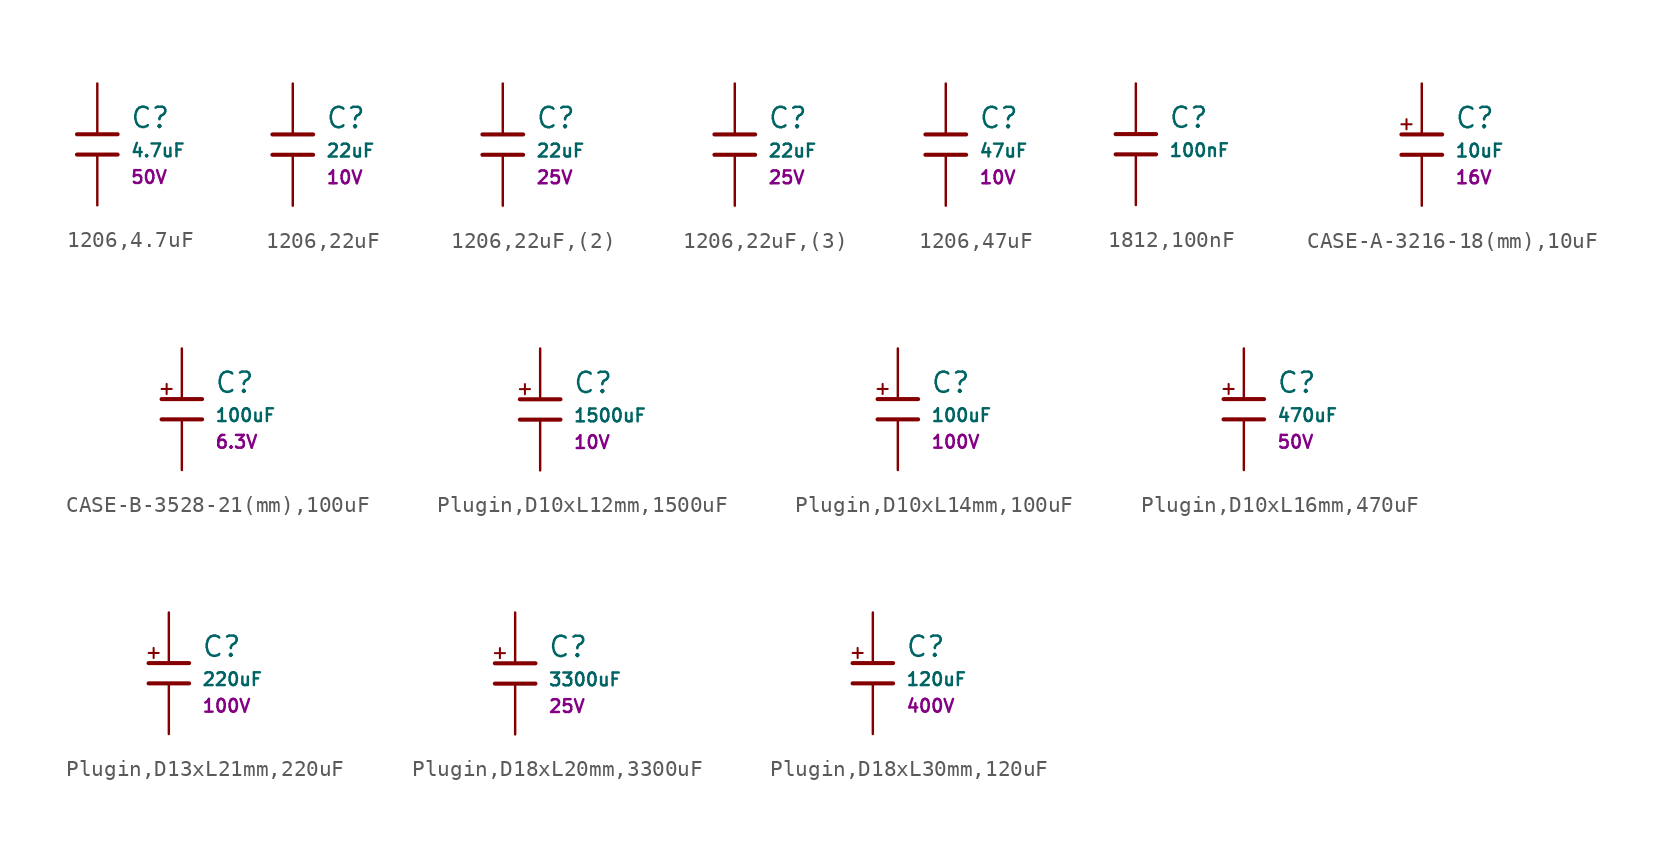
<source format=kicad_sym>
(kicad_symbol_lib
  (version 20231120)
  (generator "CDFER")
  (generator_version "8.0")
  (symbol "1206,4.7uF"
    (pin_numbers hide)
    (pin_names
      (offset 0))
    (property "Reference" "C"
      (at 2.032 1.668 0)
      (effects (font (size 1.27 1.27)) (justify left)))
    (property "Value" "4.7uF"
      (at 2.032 -0.378 0)
      (effects (font (size 0.8 0.8)) (justify left)))
    (property "Voltage Rated" "50V"
      (at 2.032 -2.046 0)
      (effects (font (size 0.8 0.8)) (justify left)))
    (symbol "1206,4.7uF_0_1"
      (polyline (pts (xy -1.27 0.635) (xy 1.27 0.635)) (stroke (width 0.254) (type default)) (fill (type none))))
    (symbol "1206,4.7uF_0_1"
      (polyline (pts (xy -1.27 -0.635) (xy 1.27 -0.635)) (stroke (width 0.254) (type default)) (fill (type none))))
    (symbol "1206,4.7uF_1_1"
      (pin passive line (at 0 3.81 270) (length 3.175) (name "~" (effects (font (size 1.27 1.27)))) (number "1" (effects (font (size 1.27 1.27)))))
      (pin passive line (at 0 -3.81 90) (length 3.175) (name "~" (effects (font (size 1.27 1.27)))) (number "2" (effects (font (size 1.27 1.27)))))))
  (symbol "1206,22uF"
    (pin_numbers hide)
    (pin_names
      (offset 0))
    (property "Reference" "C"
      (at 2.032 1.668 0)
      (effects (font (size 1.27 1.27)) (justify left)))
    (property "Value" "22uF"
      (at 2.032 -0.378 0)
      (effects (font (size 0.8 0.8)) (justify left)))
    (property "Voltage Rated" "10V"
      (at 2.032 -2.046 0)
      (effects (font (size 0.8 0.8)) (justify left)))
    (symbol "1206,22uF_0_1"
      (polyline (pts (xy -1.27 0.635) (xy 1.27 0.635)) (stroke (width 0.254) (type default)) (fill (type none))))
    (symbol "1206,22uF_0_1"
      (polyline (pts (xy -1.27 -0.635) (xy 1.27 -0.635)) (stroke (width 0.254) (type default)) (fill (type none))))
    (symbol "1206,22uF_1_1"
      (pin passive line (at 0 3.81 270) (length 3.175) (name "~" (effects (font (size 1.27 1.27)))) (number "1" (effects (font (size 1.27 1.27)))))
      (pin passive line (at 0 -3.81 90) (length 3.175) (name "~" (effects (font (size 1.27 1.27)))) (number "2" (effects (font (size 1.27 1.27)))))))
  (symbol "1206,22uF,(2)"
    (pin_numbers hide)
    (pin_names
      (offset 0))
    (property "Reference" "C"
      (at 2.032 1.668 0)
      (effects (font (size 1.27 1.27)) (justify left)))
    (property "Value" "22uF"
      (at 2.032 -0.378 0)
      (effects (font (size 0.8 0.8)) (justify left)))
    (property "Voltage Rated" "25V"
      (at 2.032 -2.046 0)
      (effects (font (size 0.8 0.8)) (justify left)))
    (symbol "1206,22uF,(2)_0_1"
      (polyline (pts (xy -1.27 0.635) (xy 1.27 0.635)) (stroke (width 0.254) (type default)) (fill (type none))))
    (symbol "1206,22uF,(2)_0_1"
      (polyline (pts (xy -1.27 -0.635) (xy 1.27 -0.635)) (stroke (width 0.254) (type default)) (fill (type none))))
    (symbol "1206,22uF,(2)_1_1"
      (pin passive line (at 0 3.81 270) (length 3.175) (name "~" (effects (font (size 1.27 1.27)))) (number "1" (effects (font (size 1.27 1.27)))))
      (pin passive line (at 0 -3.81 90) (length 3.175) (name "~" (effects (font (size 1.27 1.27)))) (number "2" (effects (font (size 1.27 1.27)))))))
  (symbol "1206,22uF,(3)"
    (pin_numbers hide)
    (pin_names
      (offset 0))
    (property "Reference" "C"
      (at 2.032 1.668 0)
      (effects (font (size 1.27 1.27)) (justify left)))
    (property "Value" "22uF"
      (at 2.032 -0.378 0)
      (effects (font (size 0.8 0.8)) (justify left)))
    (property "Voltage Rated" "25V"
      (at 2.032 -2.046 0)
      (effects (font (size 0.8 0.8)) (justify left)))
    (symbol "1206,22uF,(3)_0_1"
      (polyline (pts (xy -1.27 0.635) (xy 1.27 0.635)) (stroke (width 0.254) (type default)) (fill (type none))))
    (symbol "1206,22uF,(3)_0_1"
      (polyline (pts (xy -1.27 -0.635) (xy 1.27 -0.635)) (stroke (width 0.254) (type default)) (fill (type none))))
    (symbol "1206,22uF,(3)_1_1"
      (pin passive line (at 0 3.81 270) (length 3.175) (name "~" (effects (font (size 1.27 1.27)))) (number "1" (effects (font (size 1.27 1.27)))))
      (pin passive line (at 0 -3.81 90) (length 3.175) (name "~" (effects (font (size 1.27 1.27)))) (number "2" (effects (font (size 1.27 1.27)))))))
  (symbol "1206,47uF"
    (pin_numbers hide)
    (pin_names
      (offset 0))
    (property "Reference" "C"
      (at 2.032 1.668 0)
      (effects (font (size 1.27 1.27)) (justify left)))
    (property "Value" "47uF"
      (at 2.032 -0.378 0)
      (effects (font (size 0.8 0.8)) (justify left)))
    (property "Voltage Rated" "10V"
      (at 2.032 -2.046 0)
      (effects (font (size 0.8 0.8)) (justify left)))
    (symbol "1206,47uF_0_1"
      (polyline (pts (xy -1.27 0.635) (xy 1.27 0.635)) (stroke (width 0.254) (type default)) (fill (type none))))
    (symbol "1206,47uF_0_1"
      (polyline (pts (xy -1.27 -0.635) (xy 1.27 -0.635)) (stroke (width 0.254) (type default)) (fill (type none))))
    (symbol "1206,47uF_1_1"
      (pin passive line (at 0 3.81 270) (length 3.175) (name "~" (effects (font (size 1.27 1.27)))) (number "1" (effects (font (size 1.27 1.27)))))
      (pin passive line (at 0 -3.81 90) (length 3.175) (name "~" (effects (font (size 1.27 1.27)))) (number "2" (effects (font (size 1.27 1.27)))))))
  (symbol "1812,100nF"
    (pin_numbers hide)
    (pin_names
      (offset 0))
    (property "Reference" "C"
      (at 2.032 1.668 0)
      (effects (font (size 1.27 1.27)) (justify left)))
    (property "Value" "100nF"
      (at 2.032 -0.378 0)
      (effects (font (size 0.8 0.8)) (justify left)))
    (symbol "1812,100nF_0_1"
      (polyline (pts (xy -1.27 0.635) (xy 1.27 0.635)) (stroke (width 0.254) (type default)) (fill (type none))))
    (symbol "1812,100nF_0_1"
      (polyline (pts (xy -1.27 -0.635) (xy 1.27 -0.635)) (stroke (width 0.254) (type default)) (fill (type none))))
    (symbol "1812,100nF_1_1"
      (pin passive line (at 0 3.81 270) (length 3.175) (name "~" (effects (font (size 1.27 1.27)))) (number "1" (effects (font (size 1.27 1.27)))))
      (pin passive line (at 0 -3.81 90) (length 3.175) (name "~" (effects (font (size 1.27 1.27)))) (number "2" (effects (font (size 1.27 1.27)))))))
  (symbol "CASE-A-3216-18(mm),10uF"
    (pin_numbers hide)
    (pin_names
      (offset 0))
    (property "Reference" "C"
      (at 2.032 1.668 0)
      (effects (font (size 1.27 1.27)) (justify left)))
    (property "Value" "10uF"
      (at 2.032 -0.378 0)
      (effects (font (size 0.8 0.8)) (justify left)))
    (property "Rated Voltage" "16V"
      (at 2.032 -2.046 0)
      (effects (font (size 0.8 0.8)) (justify left)))
    (symbol "CASE-A-3216-18(mm),10uF_0_1"
      (polyline (pts (xy -1.27 0.635) (xy 1.27 0.635)) (stroke (width 0.254) (type default)) (fill (type none))))
    (symbol "CASE-A-3216-18(mm),10uF_0_1"
      (polyline (pts (xy -1.27 -0.635) (xy 1.27 -0.635)) (stroke (width 0.254) (type default)) (fill (type none))))
    (symbol "CASE-A-3216-18(mm),10uF_0_1"
      (polyline (pts (xy -1.27 1.27) (xy -0.635 1.27)) (stroke (width 0.127) (type default)) (fill (type none))))
    (symbol "CASE-A-3216-18(mm),10uF_0_1"
      (polyline (pts (xy -0.953 1.587) (xy -0.953 0.953)) (stroke (width 0.127) (type default)) (fill (type none))))
    (symbol "CASE-A-3216-18(mm),10uF_1_1"
      (pin passive line (at 0 3.81 270) (length 3.175) (name "~" (effects (font (size 1.27 1.27)))) (number "1" (effects (font (size 1.27 1.27)))))
      (pin passive line (at 0 -3.81 90) (length 3.175) (name "~" (effects (font (size 1.27 1.27)))) (number "2" (effects (font (size 1.27 1.27)))))))
  (symbol "CASE-B-3528-21(mm),100uF"
    (pin_numbers hide)
    (pin_names
      (offset 0))
    (property "Reference" "C"
      (at 2.032 1.668 0)
      (effects (font (size 1.27 1.27)) (justify left)))
    (property "Value" "100uF"
      (at 2.032 -0.378 0)
      (effects (font (size 0.8 0.8)) (justify left)))
    (property "Rated Voltage" "6.3V"
      (at 2.032 -2.046 0)
      (effects (font (size 0.8 0.8)) (justify left)))
    (symbol "CASE-B-3528-21(mm),100uF_0_1"
      (polyline (pts (xy -1.27 0.635) (xy 1.27 0.635)) (stroke (width 0.254) (type default)) (fill (type none))))
    (symbol "CASE-B-3528-21(mm),100uF_0_1"
      (polyline (pts (xy -1.27 -0.635) (xy 1.27 -0.635)) (stroke (width 0.254) (type default)) (fill (type none))))
    (symbol "CASE-B-3528-21(mm),100uF_0_1"
      (polyline (pts (xy -1.27 1.27) (xy -0.635 1.27)) (stroke (width 0.127) (type default)) (fill (type none))))
    (symbol "CASE-B-3528-21(mm),100uF_0_1"
      (polyline (pts (xy -0.953 1.587) (xy -0.953 0.953)) (stroke (width 0.127) (type default)) (fill (type none))))
    (symbol "CASE-B-3528-21(mm),100uF_1_1"
      (pin passive line (at 0 3.81 270) (length 3.175) (name "~" (effects (font (size 1.27 1.27)))) (number "1" (effects (font (size 1.27 1.27)))))
      (pin passive line (at 0 -3.81 90) (length 3.175) (name "~" (effects (font (size 1.27 1.27)))) (number "2" (effects (font (size 1.27 1.27)))))))
  (symbol "Plugin,D10xL12mm,1500uF"
    (pin_numbers hide)
    (pin_names
      (offset 0))
    (property "Reference" "C"
      (at 2.032 1.668 0)
      (effects (font (size 1.27 1.27)) (justify left)))
    (property "Value" "1500uF"
      (at 2.032 -0.378 0)
      (effects (font (size 0.8 0.8)) (justify left)))
    (property "Voltage Rated" "10V"
      (at 2.032 -2.046 0)
      (effects (font (size 0.8 0.8)) (justify left)))
    (symbol "Plugin,D10xL12mm,1500uF_0_1"
      (polyline (pts (xy -1.27 0.635) (xy 1.27 0.635)) (stroke (width 0.254) (type default)) (fill (type none))))
    (symbol "Plugin,D10xL12mm,1500uF_0_1"
      (polyline (pts (xy -1.27 -0.635) (xy 1.27 -0.635)) (stroke (width 0.254) (type default)) (fill (type none))))
    (symbol "Plugin,D10xL12mm,1500uF_0_1"
      (polyline (pts (xy -1.27 1.27) (xy -0.635 1.27)) (stroke (width 0.127) (type default)) (fill (type none))))
    (symbol "Plugin,D10xL12mm,1500uF_0_1"
      (polyline (pts (xy -0.953 1.587) (xy -0.953 0.953)) (stroke (width 0.127) (type default)) (fill (type none))))
    (symbol "Plugin,D10xL12mm,1500uF_1_1"
      (pin passive line (at 0 3.81 270) (length 3.175) (name "~" (effects (font (size 1.27 1.27)))) (number "1" (effects (font (size 1.27 1.27)))))
      (pin passive line (at 0 -3.81 90) (length 3.175) (name "~" (effects (font (size 1.27 1.27)))) (number "2" (effects (font (size 1.27 1.27)))))))
  (symbol "Plugin,D10xL14mm,100uF"
    (pin_numbers hide)
    (pin_names
      (offset 0))
    (property "Reference" "C"
      (at 2.032 1.668 0)
      (effects (font (size 1.27 1.27)) (justify left)))
    (property "Value" "100uF"
      (at 2.032 -0.378 0)
      (effects (font (size 0.8 0.8)) (justify left)))
    (property "Voltage Rated" "100V"
      (at 2.032 -2.046 0)
      (effects (font (size 0.8 0.8)) (justify left)))
    (symbol "Plugin,D10xL14mm,100uF_0_1"
      (polyline (pts (xy -1.27 0.635) (xy 1.27 0.635)) (stroke (width 0.254) (type default)) (fill (type none))))
    (symbol "Plugin,D10xL14mm,100uF_0_1"
      (polyline (pts (xy -1.27 -0.635) (xy 1.27 -0.635)) (stroke (width 0.254) (type default)) (fill (type none))))
    (symbol "Plugin,D10xL14mm,100uF_0_1"
      (polyline (pts (xy -1.27 1.27) (xy -0.635 1.27)) (stroke (width 0.127) (type default)) (fill (type none))))
    (symbol "Plugin,D10xL14mm,100uF_0_1"
      (polyline (pts (xy -0.953 1.587) (xy -0.953 0.953)) (stroke (width 0.127) (type default)) (fill (type none))))
    (symbol "Plugin,D10xL14mm,100uF_1_1"
      (pin passive line (at 0 3.81 270) (length 3.175) (name "~" (effects (font (size 1.27 1.27)))) (number "1" (effects (font (size 1.27 1.27)))))
      (pin passive line (at 0 -3.81 90) (length 3.175) (name "~" (effects (font (size 1.27 1.27)))) (number "2" (effects (font (size 1.27 1.27)))))))
  (symbol "Plugin,D10xL16mm,470uF"
    (pin_numbers hide)
    (pin_names
      (offset 0))
    (property "Reference" "C"
      (at 2.032 1.668 0)
      (effects (font (size 1.27 1.27)) (justify left)))
    (property "Value" "470uF"
      (at 2.032 -0.378 0)
      (effects (font (size 0.8 0.8)) (justify left)))
    (property "Voltage Rated" "50V"
      (at 2.032 -2.046 0)
      (effects (font (size 0.8 0.8)) (justify left)))
    (symbol "Plugin,D10xL16mm,470uF_0_1"
      (polyline (pts (xy -1.27 0.635) (xy 1.27 0.635)) (stroke (width 0.254) (type default)) (fill (type none))))
    (symbol "Plugin,D10xL16mm,470uF_0_1"
      (polyline (pts (xy -1.27 -0.635) (xy 1.27 -0.635)) (stroke (width 0.254) (type default)) (fill (type none))))
    (symbol "Plugin,D10xL16mm,470uF_0_1"
      (polyline (pts (xy -1.27 1.27) (xy -0.635 1.27)) (stroke (width 0.127) (type default)) (fill (type none))))
    (symbol "Plugin,D10xL16mm,470uF_0_1"
      (polyline (pts (xy -0.953 1.587) (xy -0.953 0.953)) (stroke (width 0.127) (type default)) (fill (type none))))
    (symbol "Plugin,D10xL16mm,470uF_1_1"
      (pin passive line (at 0 3.81 270) (length 3.175) (name "~" (effects (font (size 1.27 1.27)))) (number "1" (effects (font (size 1.27 1.27)))))
      (pin passive line (at 0 -3.81 90) (length 3.175) (name "~" (effects (font (size 1.27 1.27)))) (number "2" (effects (font (size 1.27 1.27)))))))
  (symbol "Plugin,D13xL21mm,220uF"
    (pin_numbers hide)
    (pin_names
      (offset 0))
    (property "Reference" "C"
      (at 2.032 1.668 0)
      (effects (font (size 1.27 1.27)) (justify left)))
    (property "Value" "220uF"
      (at 2.032 -0.378 0)
      (effects (font (size 0.8 0.8)) (justify left)))
    (property "Voltage Rated" "100V"
      (at 2.032 -2.046 0)
      (effects (font (size 0.8 0.8)) (justify left)))
    (symbol "Plugin,D13xL21mm,220uF_0_1"
      (polyline (pts (xy -1.27 0.635) (xy 1.27 0.635)) (stroke (width 0.254) (type default)) (fill (type none))))
    (symbol "Plugin,D13xL21mm,220uF_0_1"
      (polyline (pts (xy -1.27 -0.635) (xy 1.27 -0.635)) (stroke (width 0.254) (type default)) (fill (type none))))
    (symbol "Plugin,D13xL21mm,220uF_0_1"
      (polyline (pts (xy -1.27 1.27) (xy -0.635 1.27)) (stroke (width 0.127) (type default)) (fill (type none))))
    (symbol "Plugin,D13xL21mm,220uF_0_1"
      (polyline (pts (xy -0.953 1.587) (xy -0.953 0.953)) (stroke (width 0.127) (type default)) (fill (type none))))
    (symbol "Plugin,D13xL21mm,220uF_1_1"
      (pin passive line (at 0 3.81 270) (length 3.175) (name "~" (effects (font (size 1.27 1.27)))) (number "1" (effects (font (size 1.27 1.27)))))
      (pin passive line (at 0 -3.81 90) (length 3.175) (name "~" (effects (font (size 1.27 1.27)))) (number "2" (effects (font (size 1.27 1.27)))))))
  (symbol "Plugin,D18xL20mm,3300uF"
    (pin_numbers hide)
    (pin_names
      (offset 0))
    (property "Reference" "C"
      (at 2.032 1.668 0)
      (effects (font (size 1.27 1.27)) (justify left)))
    (property "Value" "3300uF"
      (at 2.032 -0.378 0)
      (effects (font (size 0.8 0.8)) (justify left)))
    (property "Voltage Rated" "25V"
      (at 2.032 -2.046 0)
      (effects (font (size 0.8 0.8)) (justify left)))
    (symbol "Plugin,D18xL20mm,3300uF_0_1"
      (polyline (pts (xy -1.27 0.635) (xy 1.27 0.635)) (stroke (width 0.254) (type default)) (fill (type none))))
    (symbol "Plugin,D18xL20mm,3300uF_0_1"
      (polyline (pts (xy -1.27 -0.635) (xy 1.27 -0.635)) (stroke (width 0.254) (type default)) (fill (type none))))
    (symbol "Plugin,D18xL20mm,3300uF_0_1"
      (polyline (pts (xy -1.27 1.27) (xy -0.635 1.27)) (stroke (width 0.127) (type default)) (fill (type none))))
    (symbol "Plugin,D18xL20mm,3300uF_0_1"
      (polyline (pts (xy -0.953 1.587) (xy -0.953 0.953)) (stroke (width 0.127) (type default)) (fill (type none))))
    (symbol "Plugin,D18xL20mm,3300uF_1_1"
      (pin passive line (at 0 3.81 270) (length 3.175) (name "~" (effects (font (size 1.27 1.27)))) (number "1" (effects (font (size 1.27 1.27)))))
      (pin passive line (at 0 -3.81 90) (length 3.175) (name "~" (effects (font (size 1.27 1.27)))) (number "2" (effects (font (size 1.27 1.27)))))))
  (symbol "Plugin,D18xL30mm,120uF"
    (pin_numbers hide)
    (pin_names
      (offset 0))
    (property "Reference" "C"
      (at 2.032 1.668 0)
      (effects (font (size 1.27 1.27)) (justify left)))
    (property "Value" "120uF"
      (at 2.032 -0.378 0)
      (effects (font (size 0.8 0.8)) (justify left)))
    (property "Voltage Rated" "400V"
      (at 2.032 -2.046 0)
      (effects (font (size 0.8 0.8)) (justify left)))
    (symbol "Plugin,D18xL30mm,120uF_0_1"
      (polyline (pts (xy -1.27 0.635) (xy 1.27 0.635)) (stroke (width 0.254) (type default)) (fill (type none))))
    (symbol "Plugin,D18xL30mm,120uF_0_1"
      (polyline (pts (xy -1.27 -0.635) (xy 1.27 -0.635)) (stroke (width 0.254) (type default)) (fill (type none))))
    (symbol "Plugin,D18xL30mm,120uF_0_1"
      (polyline (pts (xy -1.27 1.27) (xy -0.635 1.27)) (stroke (width 0.127) (type default)) (fill (type none))))
    (symbol "Plugin,D18xL30mm,120uF_0_1"
      (polyline (pts (xy -0.953 1.587) (xy -0.953 0.953)) (stroke (width 0.127) (type default)) (fill (type none))))
    (symbol "Plugin,D18xL30mm,120uF_1_1"
      (pin passive line (at 0 3.81 270) (length 3.175) (name "~" (effects (font (size 1.27 1.27)))) (number "1" (effects (font (size 1.27 1.27)))))
      (pin passive line (at 0 -3.81 90) (length 3.175) (name "~" (effects (font (size 1.27 1.27)))) (number "2" (effects (font (size 1.27 1.27))))))))
</source>
